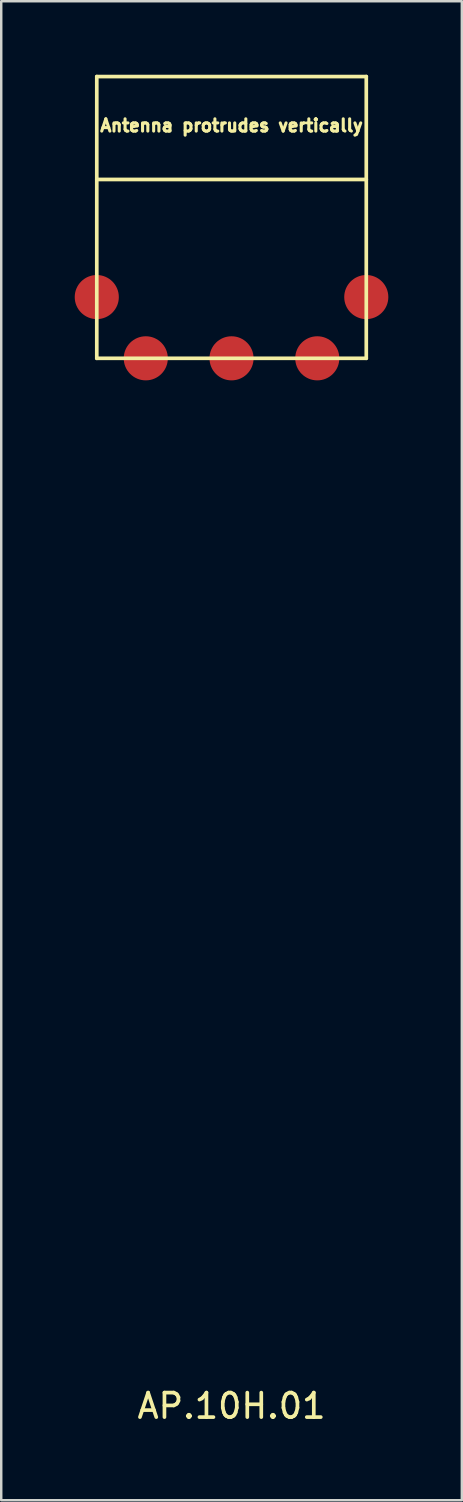
<source format=kicad_pcb>
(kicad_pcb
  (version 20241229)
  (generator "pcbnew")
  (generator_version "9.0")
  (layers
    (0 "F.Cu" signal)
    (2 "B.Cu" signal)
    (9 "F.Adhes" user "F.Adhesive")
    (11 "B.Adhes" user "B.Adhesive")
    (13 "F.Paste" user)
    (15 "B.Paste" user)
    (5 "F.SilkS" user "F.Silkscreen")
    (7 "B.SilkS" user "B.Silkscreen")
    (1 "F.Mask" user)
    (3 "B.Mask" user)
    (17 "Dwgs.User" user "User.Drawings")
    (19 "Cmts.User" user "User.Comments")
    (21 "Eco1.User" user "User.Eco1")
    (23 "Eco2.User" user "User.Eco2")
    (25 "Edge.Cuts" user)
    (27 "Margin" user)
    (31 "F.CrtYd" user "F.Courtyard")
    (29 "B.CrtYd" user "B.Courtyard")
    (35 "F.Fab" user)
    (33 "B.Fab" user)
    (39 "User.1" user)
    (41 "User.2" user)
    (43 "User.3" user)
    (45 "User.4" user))
  (footprint "AP.10H.01"
    (layer "F.Cu")
    (at 6.4 6.075)
    (property "Reference" "AP.10H.01" (at 0 48.26 0) (layer "F.SilkS") (effects (font (size 1 1) (thickness 0.15))))
    (attr through_hole)
    (fp_line (start -5.5 -6) (end 5.5 -6) (stroke (width 0.15) (type solid)) (layer "F.SilkS"))
    (fp_line (start -5.5 -1.8) (end 5.5 -1.8) (stroke (width 0.15) (type solid)) (layer "F.SilkS"))
    (fp_line (start -5.5 5.5) (end -5.5 -6) (stroke (width 0.15) (type solid)) (layer "F.SilkS"))
    (fp_line (start 5.5 -6) (end 5.5 5.5) (stroke (width 0.15) (type solid)) (layer "F.SilkS"))
    (fp_line (start 5.5 5.5) (end -5.5 5.5) (stroke (width 0.15) (type solid)) (layer "F.SilkS"))
    (fp_text user "Antenna protrudes vertically" (at 0 -4 0) (layer "F.SilkS") (effects (font (size 0.5 0.5) (thickness 0.125))))
    (pad "1" smd circle (at -5.5 3) (size 1.8 1.8) (layers "F.Cu" "F.Mask" "F.Paste"))
    (pad "2" smd circle (at -3.5 5.5) (size 1.8 1.8) (layers "F.Cu" "F.Mask" "F.Paste"))
    (pad "3" smd circle (at 0 5.5) (size 1.8 1.8) (layers "F.Cu" "F.Mask" "F.Paste"))
    (pad "4" smd circle (at 3.5 5.5) (size 1.8 1.8) (layers "F.Cu" "F.Mask" "F.Paste"))
    (pad "5" smd circle (at 5.5 3) (size 1.8 1.8) (layers "F.Cu" "F.Mask" "F.Paste")))
  (gr_rect
    (start -3 -3)
    (end 15.8 58.183)
    (stroke (width 0.1) (type default))
    (fill no)
    (layer "Edge.Cuts")))
</source>
